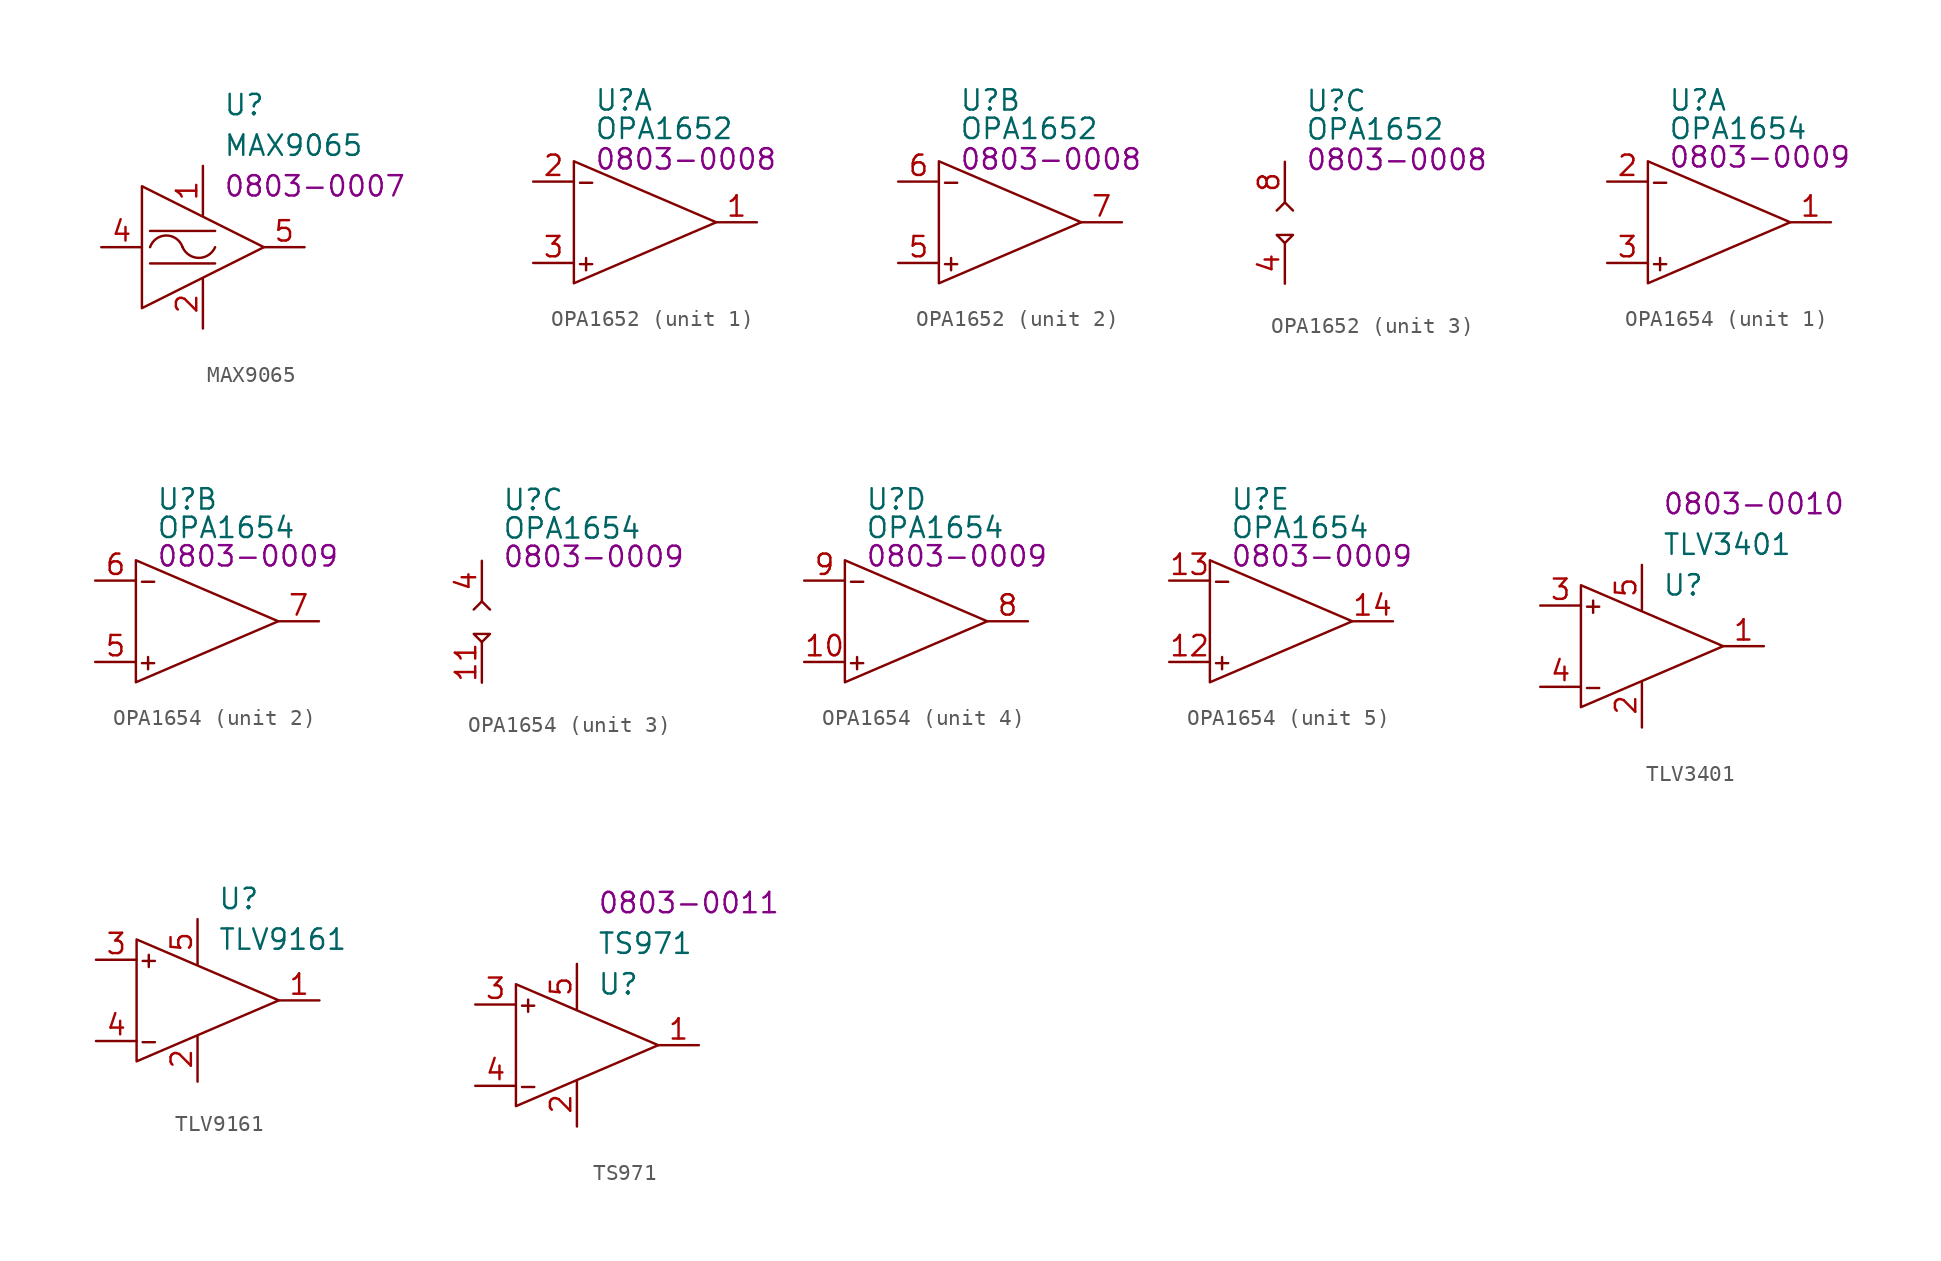
<source format=kicad_sym>
(kicad_symbol_lib
  (version 20220914)
  (generator kicad_symbol_editor)
  (symbol "MAX9065"
    (property "Reference" "U"
      (at 5.08 8.89 0)
      (effects (font (size 1.27 1.27)) (justify left)))
    (property "Value" "MAX9065"
      (at 5.08 6.35 0)
      (effects (font (size 1.27 1.27)) (justify left)))
    (property "PartNumber" "0803-0007"
      (at 5.08 3.81 0)
      (effects (font (size 1.27 1.27)) (justify left)))
    (symbol "MAX9065_0_0"
      (polyline (pts (xy 0.508 -1.016) (xy 4.572 -1.016)) (stroke (width 0) (type default)) (fill (type none)))
      (polyline (pts (xy 0.508 1.016) (xy 4.572 1.016)) (stroke (width 0) (type default)) (fill (type none)))
      (polyline (pts (xy 0 3.81) (xy 0 -3.81) (xy 7.62 0) (xy 0 3.81)) (stroke (width 0) (type default)) (fill (type none)))
      (arc (start 2.54 0) (mid 1.524 0.7304) (end 0.508 0) (stroke (width 0) (type default)) (fill (type none)))
      (arc (start 2.54 0) (mid 3.556 -0.6686) (end 4.572 0) (stroke (width 0) (type default)) (fill (type none)))
      (pin power_in line (at 3.81 5.08 270) (length 3.1) (name "~" (effects (font (size 1.27 1.27)))) (number "1" (effects (font (size 1.27 1.27)))))
      (pin power_in line (at 3.81 -5.08 90) (length 3.1) (name "~" (effects (font (size 1.27 1.27)))) (number "2" (effects (font (size 1.27 1.27)))))
      (pin power_in line (at 3.81 -5.08 90) (length 3.1) hide (name "~" (effects (font (size 1.27 1.27)))) (number "3" (effects (font (size 1.27 1.27)))))
      (pin input line (at -2.54 0 0) (length 2.54) (name "~" (effects (font (size 1.27 1.27)))) (number "4" (effects (font (size 1.27 1.27)))))
      (pin output line (at 10.16 0 180) (length 2.54) (name "~" (effects (font (size 1.27 1.27)))) (number "5" (effects (font (size 1.27 1.27)))))))
  (symbol "OPA1652"
    (property "Reference" "U"
      (at 1.27 7.62 0)
      (effects (font (size 1.27 1.27)) (justify left)))
    (property "Value" "OPA1652"
      (at 1.27 5.842 0)
      (effects (font (size 1.27 1.27)) (justify left)))
    (property "PartNumber" "0803-0008"
      (at 1.27 3.937 0)
      (effects (font (size 1.27 1.27)) (justify left)))
    (property "ki_locked" ""
      (at 0 0 0)
      (effects (font (size 1.27 1.27))))
    (symbol "OPA1652_1_0"
      (pin output line (at 11.43 0 180) (length 2.54) (name "OUTA" (effects (font (size 0 0)))) (number "1" (effects (font (size 1.27 1.27)))))
      (pin input line (at -2.54 2.54 0) (length 2.54) (name "-INA" (effects (font (size 0 0)))) (number "2" (effects (font (size 1.27 1.27)))))
      (pin input line (at -2.54 -2.54 0) (length 2.54) (name "+INA" (effects (font (size 0 0)))) (number "3" (effects (font (size 1.27 1.27))))))
    (symbol "OPA1652_1_1"
      (polyline (pts (xy 0 3.81) (xy 8.89 0) (xy 0 -3.81) (xy 0 3.81)) (stroke (width 0) (type default)) (fill (type none)))
      (text "+" (at 0.762 -2.54 0) (effects (font (size 1 1))))
      (text "-" (at 0.762 2.54 0) (effects (font (size 1 1)))))
    (symbol "OPA1652_2_0"
      (pin input line (at -2.54 -2.54 0) (length 2.54) (name "+INB" (effects (font (size 0 0)))) (number "5" (effects (font (size 1.27 1.27)))))
      (pin input line (at -2.54 2.54 0) (length 2.54) (name "-INB" (effects (font (size 0 0)))) (number "6" (effects (font (size 1.27 1.27)))))
      (pin output line (at 11.43 0 180) (length 2.54) (name "OUTB" (effects (font (size 0 0)))) (number "7" (effects (font (size 1.27 1.27))))))
    (symbol "OPA1652_2_1"
      (polyline (pts (xy 0 3.81) (xy 8.89 0) (xy 0 -3.81) (xy 0 3.81)) (stroke (width 0) (type default)) (fill (type none)))
      (text "+" (at 0.762 -2.54 0) (effects (font (size 1 1))))
      (text "-" (at 0.762 2.54 0) (effects (font (size 1 1)))))
    (symbol "OPA1652_3_0"
      (polyline (pts (xy -0.508 0.762) (xy 0 1.27) (xy 0.508 0.762)) (stroke (width 0) (type default)) (fill (type none)))
      (polyline (pts (xy 0 -1.27) (xy -0.508 -0.762) (xy 0.508 -0.762) (xy 0 -1.27)) (stroke (width 0) (type default)) (fill (type none)))
      (pin power_in line (at 0 -3.81 90) (length 2.54) (name "V-" (effects (font (size 0 0)))) (number "4" (effects (font (size 1.27 1.27)))))
      (pin power_in line (at 0 3.81 270) (length 2.54) (name "V+" (effects (font (size 0 0)))) (number "8" (effects (font (size 1.27 1.27)))))))
  (symbol "OPA1654"
    (property "Reference" "U"
      (at 1.27 7.62 0)
      (effects (font (size 1.27 1.27)) (justify left)))
    (property "Value" "OPA1654"
      (at 1.27 5.842 0)
      (effects (font (size 1.27 1.27)) (justify left)))
    (property "PartNumber" "0803-0009"
      (at 1.27 4.064 0)
      (effects (font (size 1.27 1.27)) (justify left)))
    (property "ki_locked" ""
      (at 0 0 0)
      (effects (font (size 1.27 1.27))))
    (symbol "OPA1654_1_0"
      (pin output line (at 11.43 0 180) (length 2.54) (name "OUTA" (effects (font (size 0 0)))) (number "1" (effects (font (size 1.27 1.27)))))
      (pin input line (at -2.54 2.54 0) (length 2.54) (name "-INA" (effects (font (size 0 0)))) (number "2" (effects (font (size 1.27 1.27)))))
      (pin input line (at -2.54 -2.54 0) (length 2.54) (name "+INA" (effects (font (size 0 0)))) (number "3" (effects (font (size 1.27 1.27))))))
    (symbol "OPA1654_1_1"
      (polyline (pts (xy 0 3.81) (xy 8.89 0) (xy 0 -3.81) (xy 0 3.81)) (stroke (width 0) (type default)) (fill (type none)))
      (text "+" (at 0.762 -2.54 0) (effects (font (size 1 1))))
      (text "-" (at 0.762 2.54 0) (effects (font (size 1 1)))))
    (symbol "OPA1654_2_0"
      (pin input line (at -2.54 -2.54 0) (length 2.54) (name "+INB" (effects (font (size 0 0)))) (number "5" (effects (font (size 1.27 1.27)))))
      (pin input line (at -2.54 2.54 0) (length 2.54) (name "-INB" (effects (font (size 0 0)))) (number "6" (effects (font (size 1.27 1.27)))))
      (pin output line (at 11.43 0 180) (length 2.54) (name "OUTB" (effects (font (size 0 0)))) (number "7" (effects (font (size 1.27 1.27))))))
    (symbol "OPA1654_2_1"
      (polyline (pts (xy 0 3.81) (xy 8.89 0) (xy 0 -3.81) (xy 0 3.81)) (stroke (width 0) (type default)) (fill (type none)))
      (text "+" (at 0.762 -2.54 0) (effects (font (size 1 1))))
      (text "-" (at 0.762 2.54 0) (effects (font (size 1 1)))))
    (symbol "OPA1654_3_0"
      (polyline (pts (xy -0.508 0.762) (xy 0 1.27) (xy 0.508 0.762)) (stroke (width 0) (type default)) (fill (type none)))
      (polyline (pts (xy 0 -1.27) (xy -0.508 -0.762) (xy 0.508 -0.762) (xy 0 -1.27)) (stroke (width 0) (type default)) (fill (type none)))
      (pin power_in line (at 0 -3.81 90) (length 2.54) (name "V-" (effects (font (size 0 0)))) (number "11" (effects (font (size 1.27 1.27)))))
      (pin power_in line (at 0 3.81 270) (length 2.54) (name "V+" (effects (font (size 0 0)))) (number "4" (effects (font (size 1.27 1.27))))))
    (symbol "OPA1654_4_0"
      (pin input line (at -2.54 -2.54 0) (length 2.54) (name "+INC" (effects (font (size 0 0)))) (number "10" (effects (font (size 1.27 1.27)))))
      (pin output line (at 11.43 0 180) (length 2.54) (name "OUTC" (effects (font (size 0 0)))) (number "8" (effects (font (size 1.27 1.27)))))
      (pin input line (at -2.54 2.54 0) (length 2.54) (name "-INC" (effects (font (size 0 0)))) (number "9" (effects (font (size 1.27 1.27))))))
    (symbol "OPA1654_4_1"
      (polyline (pts (xy 0 3.81) (xy 8.89 0) (xy 0 -3.81) (xy 0 3.81)) (stroke (width 0) (type default)) (fill (type none)))
      (text "+" (at 0.762 -2.54 0) (effects (font (size 1 1))))
      (text "-" (at 0.762 2.54 0) (effects (font (size 1 1)))))
    (symbol "OPA1654_5_0"
      (pin input line (at -2.54 -2.54 0) (length 2.54) (name "+IND" (effects (font (size 0 0)))) (number "12" (effects (font (size 1.27 1.27)))))
      (pin input line (at -2.54 2.54 0) (length 2.54) (name "-IND" (effects (font (size 0 0)))) (number "13" (effects (font (size 1.27 1.27)))))
      (pin output line (at 11.43 0 180) (length 2.54) (name "OUTD" (effects (font (size 0 0)))) (number "14" (effects (font (size 1.27 1.27))))))
    (symbol "OPA1654_5_1"
      (polyline (pts (xy 0 3.81) (xy 8.89 0) (xy 0 -3.81) (xy 0 3.81)) (stroke (width 0) (type default)) (fill (type none)))
      (text "+" (at 0.762 -2.54 0) (effects (font (size 1 1))))
      (text "-" (at 0.762 2.54 0) (effects (font (size 1 1))))))
  (symbol "TLV3401"
    (property "Reference" "U"
      (at 5.08 3.81 0)
      (effects (font (size 1.27 1.27)) (justify left)))
    (property "Value" "TLV3401"
      (at 5.08 6.35 0)
      (effects (font (size 1.27 1.27)) (justify left)))
    (property "PartNumber" "0803-0010"
      (at 5.08 8.89 0)
      (effects (font (size 1.27 1.27)) (justify left)))
    (symbol "TLV3401_0_0"
      (pin bidirectional line (at 11.43 0 180) (length 2.54) (name "OUT" (effects (font (size 0 0)))) (number "1" (effects (font (size 1.27 1.27)))))
      (pin power_in line (at 3.81 -5.08 90) (length 2.82) (name "V-" (effects (font (size 0 0)))) (number "2" (effects (font (size 1.27 1.27)))))
      (pin bidirectional line (at -2.54 2.54 0) (length 2.54) (name "IN+" (effects (font (size 0 0)))) (number "3" (effects (font (size 1.27 1.27)))))
      (pin bidirectional line (at -2.54 -2.54 0) (length 2.54) (name "IN-" (effects (font (size 0 0)))) (number "4" (effects (font (size 1.27 1.27)))))
      (pin power_in line (at 3.81 5.08 270) (length 2.82) (name "V+" (effects (font (size 0 0)))) (number "5" (effects (font (size 1.27 1.27))))))
    (symbol "TLV3401_1_1"
      (polyline (pts (xy 0 3.81) (xy 8.89 0) (xy 0 -3.81) (xy 0 3.81)) (stroke (width 0) (type default)) (fill (type none)))
      (text "+" (at 0.762 2.54 0) (effects (font (size 1 1))))
      (text "-" (at 0.762 -2.54 0) (effects (font (size 1 1))))))
  (symbol "TLV9161"
    (property "Reference" "U"
      (at 5.08 6.35 0)
      (effects (font (size 1.27 1.27)) (justify left)))
    (property "Value" "TLV9161"
      (at 5.08 3.81 0)
      (effects (font (size 1.27 1.27)) (justify left)))
    (symbol "TLV9161_0_0"
      (text "+" (at 0.762 2.54 0) (effects (font (size 1 1))))
      (text "-" (at 0.762 -2.54 0) (effects (font (size 1 1))))
      (pin output line (at 11.43 0 180) (length 2.54) (name "OUT" (effects (font (size 0 0)))) (number "1" (effects (font (size 1.27 1.27)))))
      (pin power_in line (at 3.81 -5.08 90) (length 2.85) (name "V-" (effects (font (size 0 0)))) (number "2" (effects (font (size 1.27 1.27)))))
      (pin input line (at -2.54 2.54 0) (length 2.54) (name "IN+" (effects (font (size 0 0)))) (number "3" (effects (font (size 1.27 1.27)))))
      (pin input line (at -2.54 -2.54 0) (length 2.54) (name "IN-" (effects (font (size 0 0)))) (number "4" (effects (font (size 1.27 1.27)))))
      (pin power_in line (at 3.81 5.08 270) (length 2.85) (name "V+" (effects (font (size 0 0)))) (number "5" (effects (font (size 1.27 1.27))))))
    (symbol "TLV9161_0_1"
      (polyline (pts (xy 0 3.81) (xy 8.89 0) (xy 0 -3.81) (xy 0 3.81)) (stroke (width 0) (type default)) (fill (type none)))))
  (symbol "TS971"
    (property "Reference" "U"
      (at 5.08 3.81 0)
      (effects (font (size 1.27 1.27)) (justify left)))
    (property "Value" "TS971"
      (at 5.08 6.35 0)
      (effects (font (size 1.27 1.27)) (justify left)))
    (property "PartNumber" "0803-0011"
      (at 5.08 8.89 0)
      (effects (font (size 1.27 1.27)) (justify left)))
    (symbol "TS971_0_0"
      (pin bidirectional line (at 11.43 0 180) (length 2.54) (name "OUT" (effects (font (size 0 0)))) (number "1" (effects (font (size 1.27 1.27)))))
      (pin power_in line (at 3.81 -5.08 90) (length 2.82) (name "V-" (effects (font (size 0 0)))) (number "2" (effects (font (size 1.27 1.27)))))
      (pin bidirectional line (at -2.54 2.54 0) (length 2.54) (name "IN+" (effects (font (size 0 0)))) (number "3" (effects (font (size 1.27 1.27)))))
      (pin bidirectional line (at -2.54 -2.54 0) (length 2.54) (name "IN-" (effects (font (size 0 0)))) (number "4" (effects (font (size 1.27 1.27)))))
      (pin power_in line (at 3.81 5.08 270) (length 2.82) (name "V+" (effects (font (size 0 0)))) (number "5" (effects (font (size 1.27 1.27))))))
    (symbol "TS971_1_1"
      (polyline (pts (xy 0 3.81) (xy 8.89 0) (xy 0 -3.81) (xy 0 3.81)) (stroke (width 0) (type default)) (fill (type none)))
      (text "+" (at 0.762 2.54 0) (effects (font (size 1 1))))
      (text "-" (at 0.762 -2.54 0) (effects (font (size 1 1)))))))
</source>
